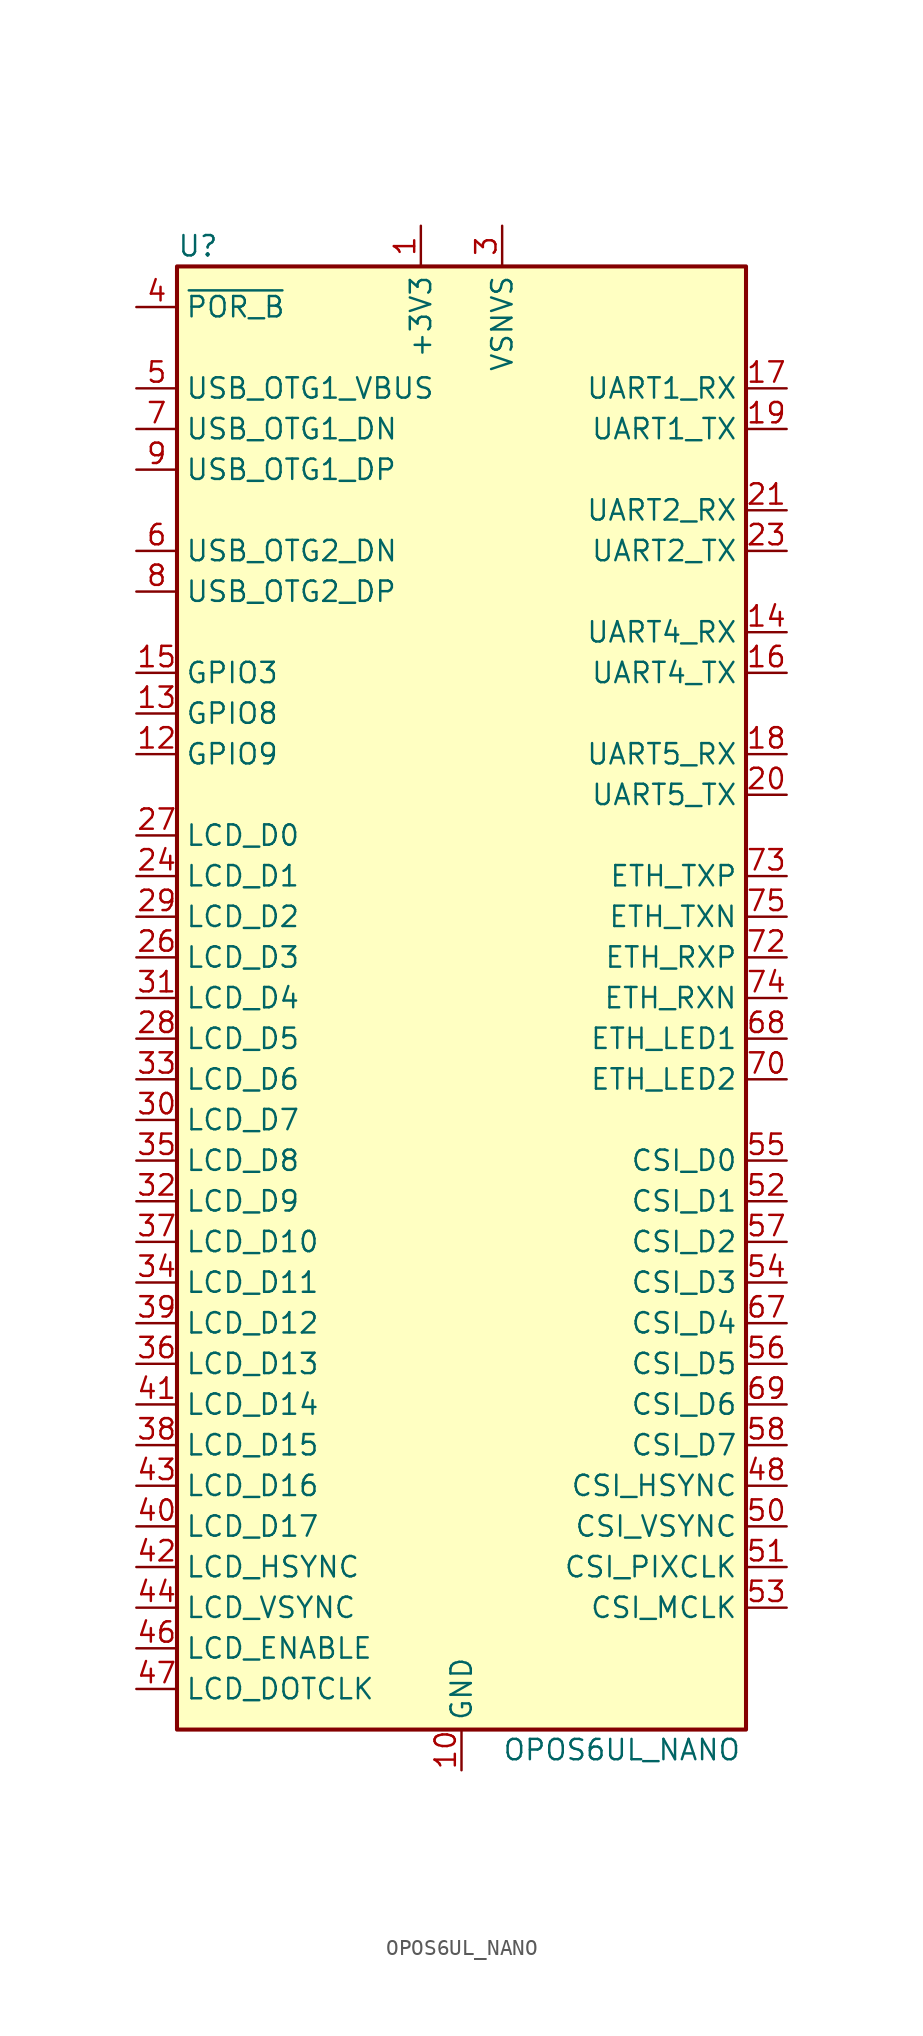
<source format=kicad_sym>
(kicad_symbol_lib
  (version 20231120)
  (generator "kicad_symbol_editor")
  (generator_version "8.0")
  (symbol "OPOS6UL_NANO"
    (property "Reference" "U"
      (at -17.78 46.99 0)
      (effects (font (size 1.27 1.27)) (justify left)))
    (property "Value" "OPOS6UL_NANO"
      (at 2.54 -46.99 0)
      (effects (font (size 1.27 1.27)) (justify left)))
    (symbol "OPOS6UL_NANO_0_1"
      (rectangle (start -17.78 45.72) (end 17.78 -45.72) (stroke (width 0.254) (type default)) (fill (type background))))
    (symbol "OPOS6UL_NANO_1_1"
      (pin power_in line (at -2.54 48.26 270) (length 2.54) (name "+3V3" (effects (font (size 1.27 1.27)))) (number "1" (effects (font (size 1.27 1.27)))))
      (pin power_in line (at 0 -48.26 90) (length 2.54) (name "GND" (effects (font (size 1.27 1.27)))) (number "10" (effects (font (size 1.27 1.27)))))
      (pin passive line (at 0 -48.26 90) (length 2.54) hide (name "GND" (effects (font (size 1.27 1.27)))) (number "11" (effects (font (size 1.27 1.27)))))
      (pin bidirectional line (at -20.32 15.24 0) (length 2.54) (name "GPIO9" (effects (font (size 1.27 1.27)))) (number "12" (effects (font (size 1.27 1.27)))))
      (pin bidirectional line (at -20.32 17.78 0) (length 2.54) (name "GPIO8" (effects (font (size 1.27 1.27)))) (number "13" (effects (font (size 1.27 1.27)))))
      (pin bidirectional line (at 20.32 22.86 180) (length 2.54) (name "UART4_RX" (effects (font (size 1.27 1.27)))) (number "14" (effects (font (size 1.27 1.27)))))
      (pin bidirectional line (at -20.32 20.32 0) (length 2.54) (name "GPIO3" (effects (font (size 1.27 1.27)))) (number "15" (effects (font (size 1.27 1.27)))))
      (pin bidirectional line (at 20.32 20.32 180) (length 2.54) (name "UART4_TX" (effects (font (size 1.27 1.27)))) (number "16" (effects (font (size 1.27 1.27)))))
      (pin bidirectional line (at 20.32 38.1 180) (length 2.54) (name "UART1_RX" (effects (font (size 1.27 1.27)))) (number "17" (effects (font (size 1.27 1.27)))))
      (pin bidirectional line (at 20.32 15.24 180) (length 2.54) (name "UART5_RX" (effects (font (size 1.27 1.27)))) (number "18" (effects (font (size 1.27 1.27)))))
      (pin bidirectional line (at 20.32 35.56 180) (length 2.54) (name "UART1_TX" (effects (font (size 1.27 1.27)))) (number "19" (effects (font (size 1.27 1.27)))))
      (pin passive line (at -2.54 48.26 270) (length 2.54) hide (name "+3V3" (effects (font (size 1.27 1.27)))) (number "2" (effects (font (size 1.27 1.27)))))
      (pin bidirectional line (at 20.32 12.7 180) (length 2.54) (name "UART5_TX" (effects (font (size 1.27 1.27)))) (number "20" (effects (font (size 1.27 1.27)))))
      (pin bidirectional line (at 20.32 30.48 180) (length 2.54) (name "UART2_RX" (effects (font (size 1.27 1.27)))) (number "21" (effects (font (size 1.27 1.27)))))
      (pin passive line (at 0 -48.26 90) (length 2.54) hide (name "GND" (effects (font (size 1.27 1.27)))) (number "22" (effects (font (size 1.27 1.27)))))
      (pin bidirectional line (at 20.32 27.94 180) (length 2.54) (name "UART2_TX" (effects (font (size 1.27 1.27)))) (number "23" (effects (font (size 1.27 1.27)))))
      (pin bidirectional line (at -20.32 7.62 0) (length 2.54) (name "LCD_D1" (effects (font (size 1.27 1.27)))) (number "24" (effects (font (size 1.27 1.27)))))
      (pin passive line (at 0 -48.26 90) (length 2.54) hide (name "GND" (effects (font (size 1.27 1.27)))) (number "25" (effects (font (size 1.27 1.27)))))
      (pin bidirectional line (at -20.32 2.54 0) (length 2.54) (name "LCD_D3" (effects (font (size 1.27 1.27)))) (number "26" (effects (font (size 1.27 1.27)))))
      (pin bidirectional line (at -20.32 10.16 0) (length 2.54) (name "LCD_D0" (effects (font (size 1.27 1.27)))) (number "27" (effects (font (size 1.27 1.27)))))
      (pin bidirectional line (at -20.32 -2.54 0) (length 2.54) (name "LCD_D5" (effects (font (size 1.27 1.27)))) (number "28" (effects (font (size 1.27 1.27)))))
      (pin bidirectional line (at -20.32 5.08 0) (length 2.54) (name "LCD_D2" (effects (font (size 1.27 1.27)))) (number "29" (effects (font (size 1.27 1.27)))))
      (pin power_in line (at 2.54 48.26 270) (length 2.54) (name "VSNVS" (effects (font (size 1.27 1.27)))) (number "3" (effects (font (size 1.27 1.27)))))
      (pin bidirectional line (at -20.32 -7.62 0) (length 2.54) (name "LCD_D7" (effects (font (size 1.27 1.27)))) (number "30" (effects (font (size 1.27 1.27)))))
      (pin bidirectional line (at -20.32 0 0) (length 2.54) (name "LCD_D4" (effects (font (size 1.27 1.27)))) (number "31" (effects (font (size 1.27 1.27)))))
      (pin bidirectional line (at -20.32 -12.7 0) (length 2.54) (name "LCD_D9" (effects (font (size 1.27 1.27)))) (number "32" (effects (font (size 1.27 1.27)))))
      (pin bidirectional line (at -20.32 -5.08 0) (length 2.54) (name "LCD_D6" (effects (font (size 1.27 1.27)))) (number "33" (effects (font (size 1.27 1.27)))))
      (pin bidirectional line (at -20.32 -17.78 0) (length 2.54) (name "LCD_D11" (effects (font (size 1.27 1.27)))) (number "34" (effects (font (size 1.27 1.27)))))
      (pin bidirectional line (at -20.32 -10.16 0) (length 2.54) (name "LCD_D8" (effects (font (size 1.27 1.27)))) (number "35" (effects (font (size 1.27 1.27)))))
      (pin bidirectional line (at -20.32 -22.86 0) (length 2.54) (name "LCD_D13" (effects (font (size 1.27 1.27)))) (number "36" (effects (font (size 1.27 1.27)))))
      (pin bidirectional line (at -20.32 -15.24 0) (length 2.54) (name "LCD_D10" (effects (font (size 1.27 1.27)))) (number "37" (effects (font (size 1.27 1.27)))))
      (pin bidirectional line (at -20.32 -27.94 0) (length 2.54) (name "LCD_D15" (effects (font (size 1.27 1.27)))) (number "38" (effects (font (size 1.27 1.27)))))
      (pin bidirectional line (at -20.32 -20.32 0) (length 2.54) (name "LCD_D12" (effects (font (size 1.27 1.27)))) (number "39" (effects (font (size 1.27 1.27)))))
      (pin input line (at -20.32 43.18 0) (length 2.54) (name "~{POR_B}" (effects (font (size 1.27 1.27)))) (number "4" (effects (font (size 1.27 1.27)))))
      (pin bidirectional line (at -20.32 -33.02 0) (length 2.54) (name "LCD_D17" (effects (font (size 1.27 1.27)))) (number "40" (effects (font (size 1.27 1.27)))))
      (pin bidirectional line (at -20.32 -25.4 0) (length 2.54) (name "LCD_D14" (effects (font (size 1.27 1.27)))) (number "41" (effects (font (size 1.27 1.27)))))
      (pin bidirectional line (at -20.32 -35.56 0) (length 2.54) (name "LCD_HSYNC" (effects (font (size 1.27 1.27)))) (number "42" (effects (font (size 1.27 1.27)))))
      (pin bidirectional line (at -20.32 -30.48 0) (length 2.54) (name "LCD_D16" (effects (font (size 1.27 1.27)))) (number "43" (effects (font (size 1.27 1.27)))))
      (pin bidirectional line (at -20.32 -38.1 0) (length 2.54) (name "LCD_VSYNC" (effects (font (size 1.27 1.27)))) (number "44" (effects (font (size 1.27 1.27)))))
      (pin passive line (at 0 -48.26 90) (length 2.54) hide (name "GND" (effects (font (size 1.27 1.27)))) (number "45" (effects (font (size 1.27 1.27)))))
      (pin bidirectional line (at -20.32 -40.64 0) (length 2.54) (name "LCD_ENABLE" (effects (font (size 1.27 1.27)))) (number "46" (effects (font (size 1.27 1.27)))))
      (pin bidirectional line (at -20.32 -43.18 0) (length 2.54) (name "LCD_DOTCLK" (effects (font (size 1.27 1.27)))) (number "47" (effects (font (size 1.27 1.27)))))
      (pin bidirectional line (at 20.32 -30.48 180) (length 2.54) (name "CSI_HSYNC" (effects (font (size 1.27 1.27)))) (number "48" (effects (font (size 1.27 1.27)))))
      (pin passive line (at 0 -48.26 90) (length 2.54) hide (name "GND" (effects (font (size 1.27 1.27)))) (number "49" (effects (font (size 1.27 1.27)))))
      (pin power_in line (at -20.32 38.1 0) (length 2.54) (name "USB_OTG1_VBUS" (effects (font (size 1.27 1.27)))) (number "5" (effects (font (size 1.27 1.27)))))
      (pin bidirectional line (at 20.32 -33.02 180) (length 2.54) (name "CSI_VSYNC" (effects (font (size 1.27 1.27)))) (number "50" (effects (font (size 1.27 1.27)))))
      (pin bidirectional line (at 20.32 -35.56 180) (length 2.54) (name "CSI_PIXCLK" (effects (font (size 1.27 1.27)))) (number "51" (effects (font (size 1.27 1.27)))))
      (pin bidirectional line (at 20.32 -12.7 180) (length 2.54) (name "CSI_D1" (effects (font (size 1.27 1.27)))) (number "52" (effects (font (size 1.27 1.27)))))
      (pin bidirectional line (at 20.32 -38.1 180) (length 2.54) (name "CSI_MCLK" (effects (font (size 1.27 1.27)))) (number "53" (effects (font (size 1.27 1.27)))))
      (pin bidirectional line (at 20.32 -17.78 180) (length 2.54) (name "CSI_D3" (effects (font (size 1.27 1.27)))) (number "54" (effects (font (size 1.27 1.27)))))
      (pin bidirectional line (at 20.32 -10.16 180) (length 2.54) (name "CSI_D0" (effects (font (size 1.27 1.27)))) (number "55" (effects (font (size 1.27 1.27)))))
      (pin bidirectional line (at 20.32 -22.86 180) (length 2.54) (name "CSI_D5" (effects (font (size 1.27 1.27)))) (number "56" (effects (font (size 1.27 1.27)))))
      (pin bidirectional line (at 20.32 -15.24 180) (length 2.54) (name "CSI_D2" (effects (font (size 1.27 1.27)))) (number "57" (effects (font (size 1.27 1.27)))))
      (pin bidirectional line (at 20.32 -27.94 180) (length 2.54) (name "CSI_D7" (effects (font (size 1.27 1.27)))) (number "58" (effects (font (size 1.27 1.27)))))
      (pin bidirectional line (at -20.32 27.94 0) (length 2.54) (name "USB_OTG2_DN" (effects (font (size 1.27 1.27)))) (number "6" (effects (font (size 1.27 1.27)))))
      (pin bidirectional line (at 20.32 -20.32 180) (length 2.54) (name "CSI_D4" (effects (font (size 1.27 1.27)))) (number "67" (effects (font (size 1.27 1.27)))))
      (pin output line (at 20.32 -2.54 180) (length 2.54) (name "ETH_LED1" (effects (font (size 1.27 1.27)))) (number "68" (effects (font (size 1.27 1.27)))))
      (pin bidirectional line (at 20.32 -25.4 180) (length 2.54) (name "CSI_D6" (effects (font (size 1.27 1.27)))) (number "69" (effects (font (size 1.27 1.27)))))
      (pin bidirectional line (at -20.32 35.56 0) (length 2.54) (name "USB_OTG1_DN" (effects (font (size 1.27 1.27)))) (number "7" (effects (font (size 1.27 1.27)))))
      (pin output line (at 20.32 -5.08 180) (length 2.54) (name "ETH_LED2" (effects (font (size 1.27 1.27)))) (number "70" (effects (font (size 1.27 1.27)))))
      (pin passive line (at 0 -48.26 90) (length 2.54) hide (name "GND" (effects (font (size 1.27 1.27)))) (number "71" (effects (font (size 1.27 1.27)))))
      (pin input line (at 20.32 2.54 180) (length 2.54) (name "ETH_RXP" (effects (font (size 1.27 1.27)))) (number "72" (effects (font (size 1.27 1.27)))))
      (pin output line (at 20.32 7.62 180) (length 2.54) (name "ETH_TXP" (effects (font (size 1.27 1.27)))) (number "73" (effects (font (size 1.27 1.27)))))
      (pin input line (at 20.32 0 180) (length 2.54) (name "ETH_RXN" (effects (font (size 1.27 1.27)))) (number "74" (effects (font (size 1.27 1.27)))))
      (pin output line (at 20.32 5.08 180) (length 2.54) (name "ETH_TXN" (effects (font (size 1.27 1.27)))) (number "75" (effects (font (size 1.27 1.27)))))
      (pin bidirectional line (at -20.32 25.4 0) (length 2.54) (name "USB_OTG2_DP" (effects (font (size 1.27 1.27)))) (number "8" (effects (font (size 1.27 1.27)))))
      (pin bidirectional line (at -20.32 33.02 0) (length 2.54) (name "USB_OTG1_DP" (effects (font (size 1.27 1.27)))) (number "9" (effects (font (size 1.27 1.27))))))))
</source>
